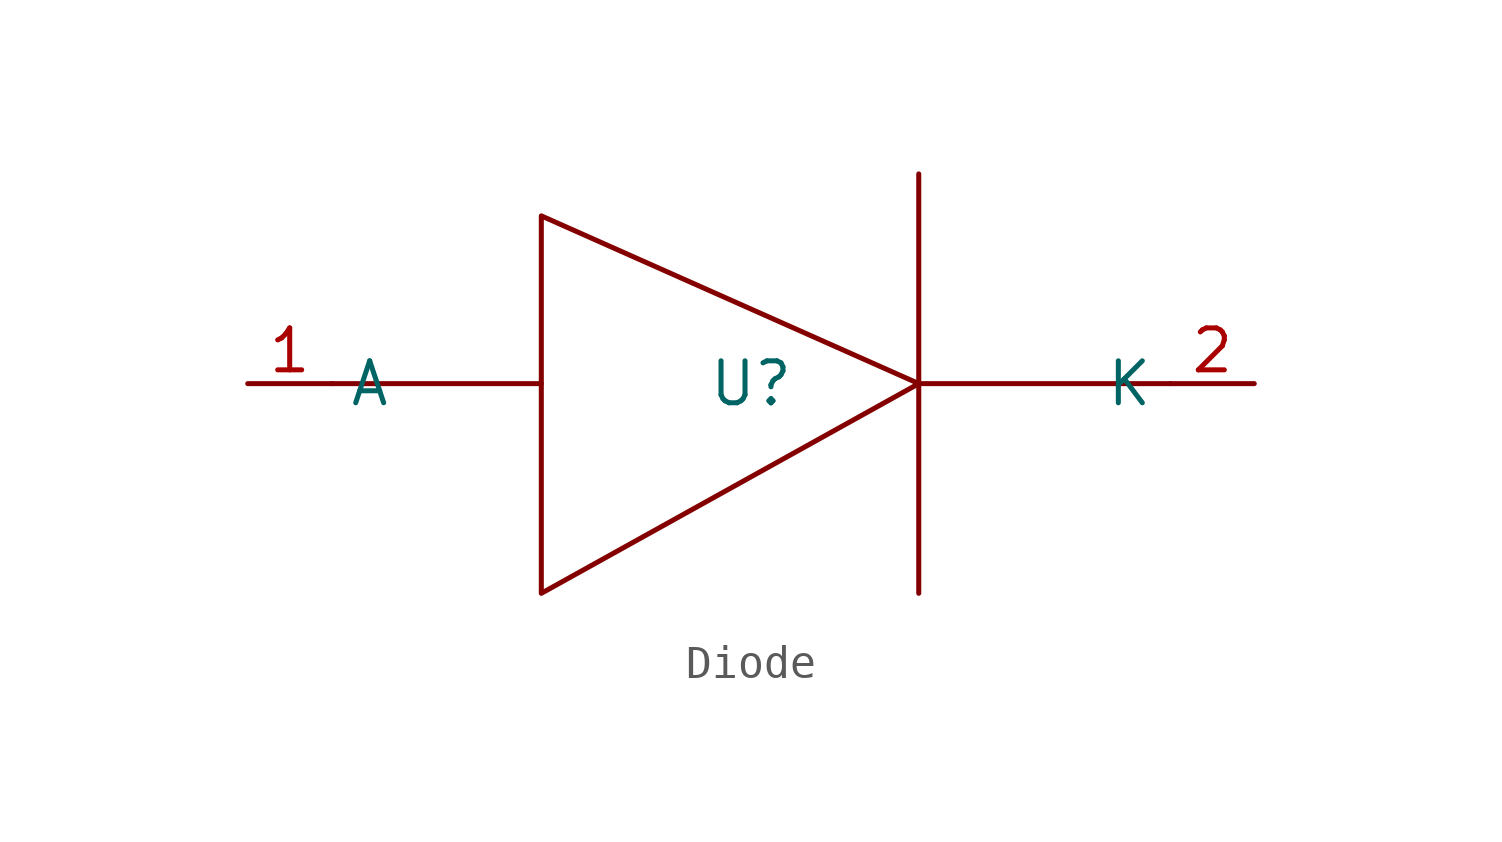
<source format=kicad_sym>
(kicad_symbol_lib
  (version 20241209)
  (generator "kicad_symbol_editor")
  (generator_version "9.0")
  (symbol "Diode"
    (property "Reference" "U"
      (at 0 0 0)
      (effects (font (size 1.27 1.27))))
    (property "Value" ""
      (at 0 0 0)
      (effects (font (size 1.27 1.27))))
    (symbol "Diode_0_1"
      (polyline (pts (xy -6.35 5.08) (xy -6.35 -6.35) (xy 5.08 0) (xy -6.35 5.08)) (stroke (width 0) (type default)) (fill (type none)))
      (polyline (pts (xy -6.35 0) (xy -12.7 0)) (stroke (width 0) (type default)) (fill (type none)))
      (polyline (pts (xy 5.08 6.35) (xy 5.08 -6.35)) (stroke (width 0) (type default)) (fill (type none)))
      (polyline (pts (xy 5.08 0) (xy 12.7 0)) (stroke (width 0) (type default)) (fill (type none))))
    (symbol "Diode_1_1"
      (pin input line (at -15.24 0 0) (length 2.54) (name "A" (effects (font (size 1.27 1.27)))) (number "1" (effects (font (size 1.27 1.27)))))
      (pin input line (at 15.24 0 180) (length 2.54) (name "K" (effects (font (size 1.27 1.27)))) (number "2" (effects (font (size 1.27 1.27))))))))
</source>
